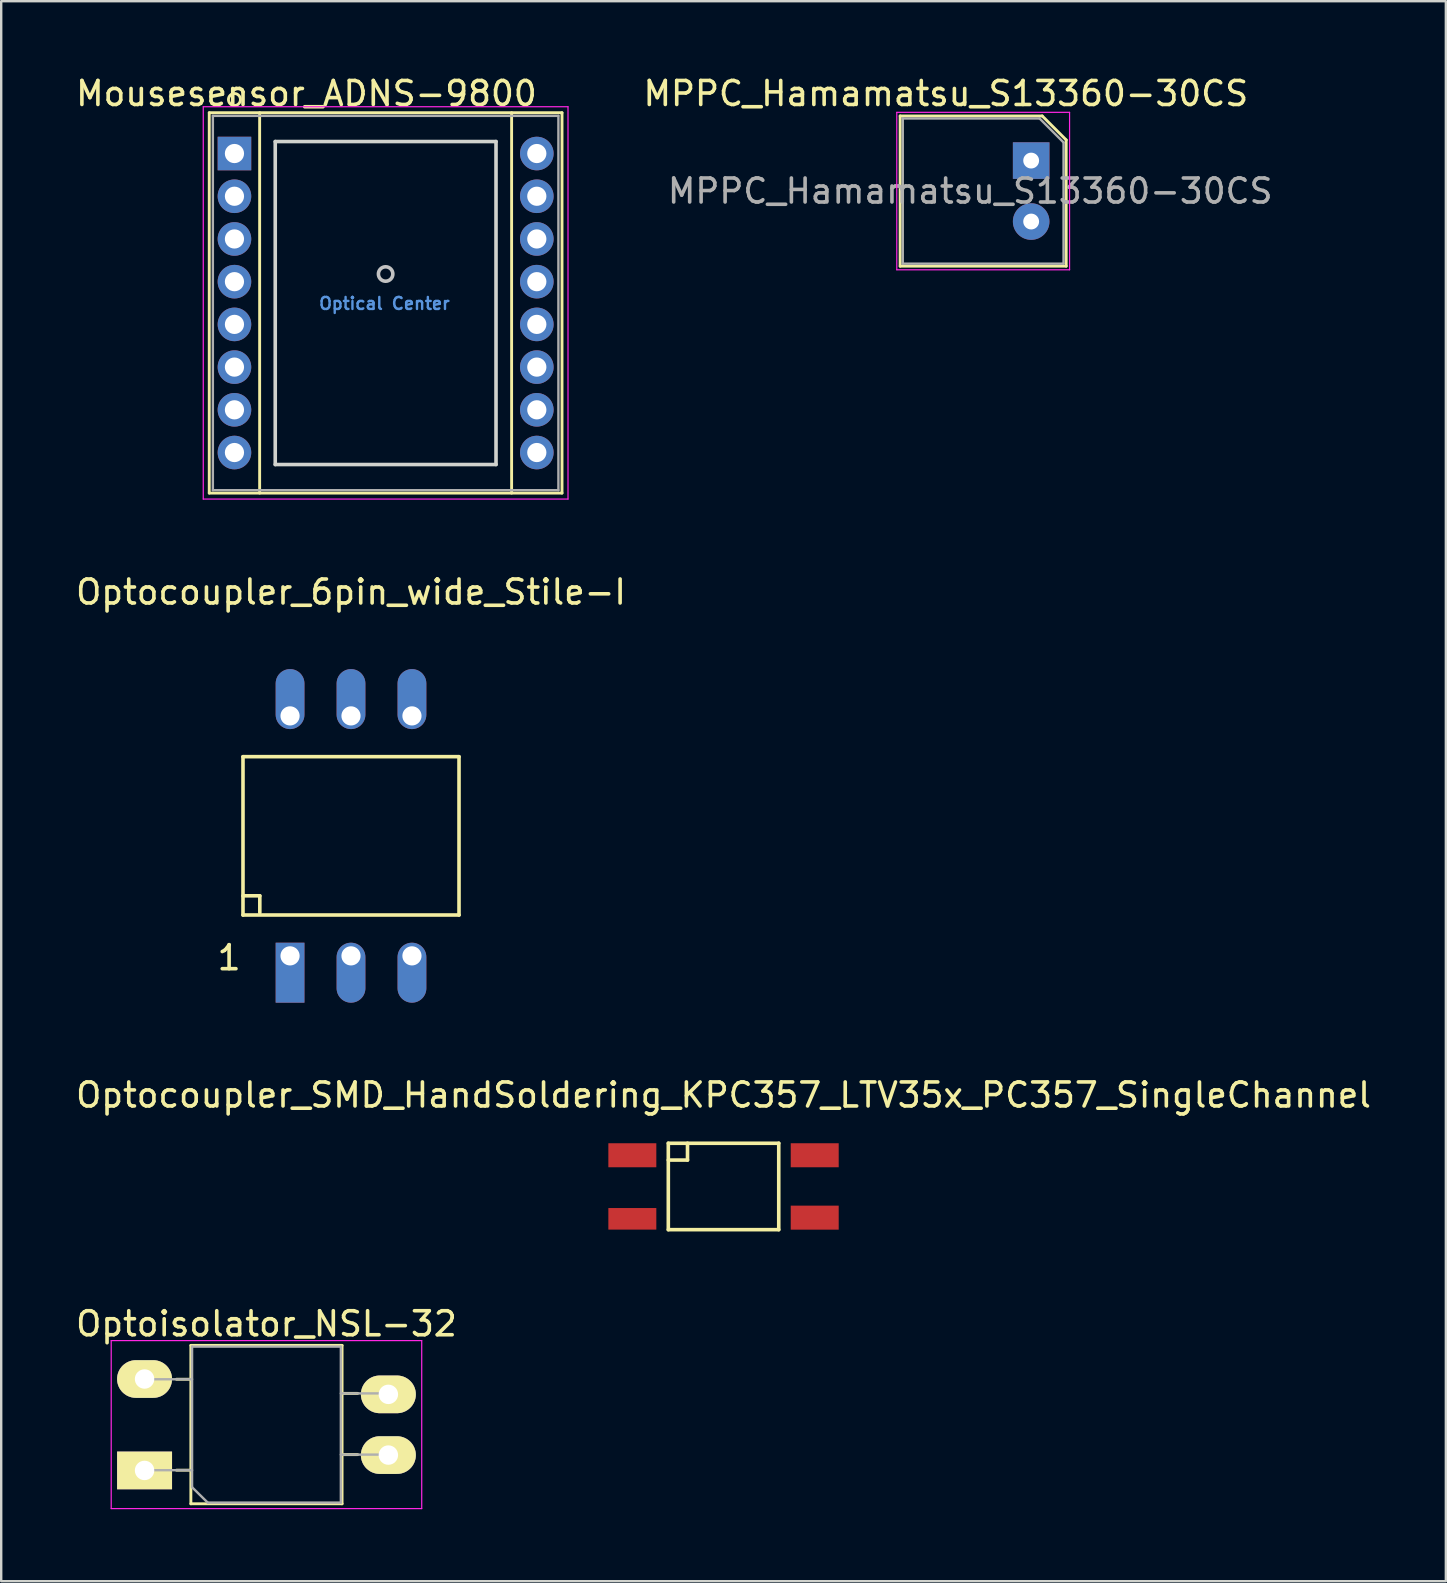
<source format=kicad_pcb>
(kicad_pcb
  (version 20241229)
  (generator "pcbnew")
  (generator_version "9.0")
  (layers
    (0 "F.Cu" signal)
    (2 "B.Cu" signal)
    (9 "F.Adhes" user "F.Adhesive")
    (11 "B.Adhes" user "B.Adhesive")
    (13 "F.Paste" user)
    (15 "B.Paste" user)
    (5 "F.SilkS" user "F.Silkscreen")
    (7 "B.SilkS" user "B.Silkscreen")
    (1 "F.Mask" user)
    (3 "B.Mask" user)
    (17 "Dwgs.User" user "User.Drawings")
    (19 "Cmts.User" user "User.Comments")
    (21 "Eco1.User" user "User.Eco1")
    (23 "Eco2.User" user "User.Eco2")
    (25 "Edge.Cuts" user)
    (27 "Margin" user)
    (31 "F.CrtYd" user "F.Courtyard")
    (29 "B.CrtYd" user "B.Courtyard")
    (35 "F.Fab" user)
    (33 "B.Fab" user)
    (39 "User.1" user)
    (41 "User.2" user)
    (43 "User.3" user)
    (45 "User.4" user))
  (footprint "Optocoupler_6pin_wide_Stile-I"
    (layer "F.Cu")
    (at 11.577 31.782)
    (property "Reference" "Optocoupler_6pin_wide_Stile-I" (at 0 -10.16 0) (layer "F.SilkS") (effects (font (size 1 1) (thickness 0.15))))
    (attr through_hole)
    (fp_line (start -4.501 -3.299) (end 4.501 -3.299) (stroke (width 0.15) (type solid)) (layer "F.SilkS"))
    (fp_line (start -4.501 2.499) (end -3.8 2.499) (stroke (width 0.15) (type solid)) (layer "F.SilkS"))
    (fp_line (start -4.501 3.299) (end -4.501 -3.299) (stroke (width 0.15) (type solid)) (layer "F.SilkS"))
    (fp_line (start -3.8 2.499) (end -3.8 3.2) (stroke (width 0.15) (type solid)) (layer "F.SilkS"))
    (fp_line (start 4.501 -3.299) (end 4.501 3.299) (stroke (width 0.15) (type solid)) (layer "F.SilkS"))
    (fp_line (start 4.501 3.299) (end -4.501 3.299) (stroke (width 0.15) (type solid)) (layer "F.SilkS"))
    (fp_text user "1" (at -5.08 5.08 0) (layer "F.SilkS") (effects (font (size 1 1) (thickness 0.15))))
    (pad "1" thru_hole rect (at -2.54 5.001) (size 1.199 2.499) (drill 0.8 (offset 0 0.701)) (layers "*.Cu" "*.Mask"))
    (pad "2" thru_hole oval (at 0 5.001) (size 1.199 2.499) (drill 0.8 (offset 0 0.701)) (layers "*.Cu" "*.Mask"))
    (pad "3" thru_hole oval (at 2.54 5.001) (size 1.199 2.499) (drill 0.8 (offset 0 0.701)) (layers "*.Cu" "*.Mask"))
    (pad "4" thru_hole oval (at 2.54 -4.999) (size 1.199 2.499) (drill 0.8 (offset 0 -0.701)) (layers "*.Cu" "*.Mask"))
    (pad "5" thru_hole oval (at 0 -4.999) (size 1.199 2.499) (drill 0.8 (offset 0 -0.701)) (layers "*.Cu" "*.Mask"))
    (pad "6" thru_hole oval (at -2.54 -4.999) (size 1.199 2.499) (drill 0.8 (offset 0 -0.701)) (layers "*.Cu" "*.Mask")))
  (footprint "Optoisolator_NSL-32"
    (layer "F.Cu")
    (at 2.974 58.226)
    (property "Reference" "Optoisolator_NSL-32" (at 5.08 -6.11 180) (layer "F.SilkS") (effects (font (size 1 1) (thickness 0.15))))
    (attr through_hole)
    (fp_line (start 1.33 -3.8) (end 1.93 -3.8) (stroke (width 0.12) (type solid)) (layer "F.SilkS"))
    (fp_line (start 1.93 -5.21) (end 8.23 -5.21) (stroke (width 0.12) (type solid)) (layer "F.SilkS"))
    (fp_line (start 1.93 -0.01) (end 1.33 -0.01) (stroke (width 0.12) (type solid)) (layer "F.SilkS"))
    (fp_line (start 1.93 1.39) (end 1.93 -5.21) (stroke (width 0.12) (type solid)) (layer "F.SilkS"))
    (fp_line (start 8.23 -5.21) (end 8.23 1.39) (stroke (width 0.12) (type solid)) (layer "F.SilkS"))
    (fp_line (start 8.23 -3.21) (end 8.88 -3.21) (stroke (width 0.12) (type solid)) (layer "F.SilkS"))
    (fp_line (start 8.23 1.39) (end 1.93 1.39) (stroke (width 0.12) (type solid)) (layer "F.SilkS"))
    (fp_line (start 8.88 -0.66) (end 8.23 -0.66) (stroke (width 0.12) (type solid)) (layer "F.SilkS"))
    (fp_line (start -1.39 -5.41) (end -1.39 1.59) (stroke (width 0.05) (type solid)) (layer "F.CrtYd"))
    (fp_line (start -1.39 -5.41) (end 11.55 -5.41) (stroke (width 0.05) (type solid)) (layer "F.CrtYd"))
    (fp_line (start 11.55 1.59) (end -1.39 1.59) (stroke (width 0.05) (type solid)) (layer "F.CrtYd"))
    (fp_line (start 11.55 1.59) (end 11.55 -5.41) (stroke (width 0.05) (type solid)) (layer "F.CrtYd"))
    (fp_line (start -0.02 -0.01) (end 1.98 -0.01) (stroke (width 0.1) (type solid)) (layer "F.Fab"))
    (fp_line (start 0.03 -3.8) (end 1.98 -3.8) (stroke (width 0.1) (type solid)) (layer "F.Fab"))
    (fp_line (start 1.98 -5.16) (end 8.18 -5.16) (stroke (width 0.1) (type solid)) (layer "F.Fab"))
    (fp_line (start 1.98 0.7) (end 1.98 -5.16) (stroke (width 0.1) (type solid)) (layer "F.Fab"))
    (fp_line (start 2.63 1.34) (end 1.98 0.7) (stroke (width 0.1) (type solid)) (layer "F.Fab"))
    (fp_line (start 8.18 -5.16) (end 8.18 1.34) (stroke (width 0.1) (type solid)) (layer "F.Fab"))
    (fp_line (start 8.18 -0.66) (end 10.18 -0.66) (stroke (width 0.1) (type solid)) (layer "F.Fab"))
    (fp_line (start 8.18 1.34) (end 2.63 1.34) (stroke (width 0.1) (type solid)) (layer "F.Fab"))
    (fp_line (start 10.18 -3.21) (end 8.18 -3.21) (stroke (width 0.1) (type solid)) (layer "F.Fab"))
    (pad "1" thru_hole rect (at 0 0) (size 2.29 1.57) (drill 0.81) (layers "*.Cu" "*.Mask" "F.SilkS"))
    (pad "2" thru_hole oval (at 0 -3.81) (size 2.29 1.57) (drill 0.81) (layers "*.Cu" "*.Mask" "F.SilkS"))
    (pad "3" thru_hole oval (at 10.16 -3.17) (size 2.29 1.57) (drill 0.81) (layers "*.Cu" "*.Mask" "F.SilkS"))
    (pad "4" thru_hole oval (at 10.16 -0.64) (size 2.29 1.57) (drill 0.81) (layers "*.Cu" "*.Mask" "F.SilkS")))
  (footprint "Optocoupler_SMD_HandSoldering_KPC357_LTV35x_PC357_SingleChannel"
    (layer "F.Cu")
    (at 27.101 46.392)
    (property "Reference" "Optocoupler_SMD_HandSoldering_KPC357_LTV35x_PC357_SingleChannel" (at 0 -3.81 0) (layer "F.SilkS") (effects (font (size 1 1) (thickness 0.15))))
    (attr through_hole)
    (fp_line (start -2.301 -1.801) (end -2.301 1.801) (stroke (width 0.15) (type solid)) (layer "F.SilkS"))
    (fp_line (start -2.301 1.801) (end 2.301 1.801) (stroke (width 0.15) (type solid)) (layer "F.SilkS"))
    (fp_line (start -1.501 -1.801) (end -1.501 -1.1) (stroke (width 0.15) (type solid)) (layer "F.SilkS"))
    (fp_line (start -1.501 -1.1) (end -2.301 -1.1) (stroke (width 0.15) (type solid)) (layer "F.SilkS"))
    (fp_line (start 2.301 -1.801) (end -2.301 -1.801) (stroke (width 0.15) (type solid)) (layer "F.SilkS"))
    (fp_line (start 2.301 1.801) (end 2.301 -1.801) (stroke (width 0.15) (type solid)) (layer "F.SilkS"))
    (pad "1" smd rect (at -3.8 -1.3) (size 1.999 1.001) (layers "F.Cu" "F.Mask" "F.Paste"))
    (pad "2" smd rect (at -3.8 1.349) (size 1.999 0.899) (layers "F.Cu" "F.Mask" "F.Paste"))
    (pad "3" smd rect (at 3.8 1.3) (size 1.999 1.001) (layers "F.Cu" "F.Mask" "F.Paste"))
    (pad "4" smd rect (at 3.8 -1.3) (size 1.999 1.001) (layers "F.Cu" "F.Mask" "F.Paste")))
  (footprint "MPPC_Hamamatsu_S13360-30CS"
    (layer "F.Cu")
    (at 39.921 3.642)
    (property "Reference" "MPPC_Hamamatsu_S13360-30CS" (at -3.556 -2.794 0) (layer "F.SilkS") (effects (font (size 1 1) (thickness 0.15))))
    (attr through_hole)
    (fp_line (start -5.46 -1.86) (end 0.46 -1.86) (stroke (width 0.12) (type solid)) (layer "F.SilkS"))
    (fp_line (start -5.46 4.4) (end -5.46 -1.86) (stroke (width 0.12) (type solid)) (layer "F.SilkS"))
    (fp_line (start 0.46 -1.86) (end 1.46 -0.86) (stroke (width 0.12) (type solid)) (layer "F.SilkS"))
    (fp_line (start 1.46 -0.86) (end 1.46 4.4) (stroke (width 0.12) (type solid)) (layer "F.SilkS"))
    (fp_line (start 1.46 4.4) (end -5.46 4.4) (stroke (width 0.12) (type solid)) (layer "F.SilkS"))
    (fp_line (start -5.6 -2.01) (end -5.6 4.55) (stroke (width 0.05) (type solid)) (layer "F.CrtYd"))
    (fp_line (start -5.6 -2.01) (end 1.6 -2.01) (stroke (width 0.05) (type solid)) (layer "F.CrtYd"))
    (fp_line (start 1.6 4.55) (end -5.6 4.55) (stroke (width 0.05) (type solid)) (layer "F.CrtYd"))
    (fp_line (start 1.6 4.55) (end 1.6 -2.01) (stroke (width 0.05) (type solid)) (layer "F.CrtYd"))
    (fp_line (start -5.35 -1.755) (end 0.35 -1.755) (stroke (width 0.1) (type solid)) (layer "F.Fab"))
    (fp_line (start -5.35 4.295) (end -5.35 -1.755) (stroke (width 0.1) (type solid)) (layer "F.Fab"))
    (fp_line (start 0.35 -1.755) (end 1.35 -0.755) (stroke (width 0.1) (type solid)) (layer "F.Fab"))
    (fp_line (start 1.35 -0.755) (end 1.35 4.295) (stroke (width 0.1) (type solid)) (layer "F.Fab"))
    (fp_line (start 1.35 4.295) (end -5.35 4.295) (stroke (width 0.1) (type solid)) (layer "F.Fab"))
    (fp_text user "${REFERENCE}" (at -2.54 1.27 0) (layer "F.Fab") (effects (font (size 1 1) (thickness 0.15))))
    (pad "1" thru_hole rect (at 0 0) (size 1.524 1.524) (drill 0.66) (layers "*.Cu" "*.Mask"))
    (pad "2" thru_hole circle (at 0 2.54) (size 1.524 1.524) (drill 0.66) (layers "*.Cu" "*.Mask")))
  (footprint "Mousesensor_ADNS-9800"
    (layer "F.Cu")
    (at 6.72 3.348)
    (property "Reference" "Mousesensor_ADNS-9800" (at 3 -2.5 180) (layer "F.SilkS") (effects (font (size 1 1) (thickness 0.15))))
    (attr through_hole)
    (fp_line (start -1.05 -1.7) (end 13.65 -1.7) (stroke (width 0.12) (type solid)) (layer "F.SilkS"))
    (fp_line (start -1.05 14.15) (end -1.05 -1.7) (stroke (width 0.12) (type solid)) (layer "F.SilkS"))
    (fp_line (start 1.05 -1.7) (end 1.05 14.15) (stroke (width 0.12) (type solid)) (layer "F.SilkS"))
    (fp_line (start 11.55 -1.7) (end 11.55 14.15) (stroke (width 0.12) (type solid)) (layer "F.SilkS"))
    (fp_line (start 13.65 -1.7) (end 13.65 14.15) (stroke (width 0.12) (type solid)) (layer "F.SilkS"))
    (fp_line (start 13.65 14.15) (end -1.05 14.15) (stroke (width 0.12) (type solid)) (layer "F.SilkS"))
    (fp_circle (center 0 -2.25) (end 0 -2) (stroke (width 0.12) (type solid)) (fill no) (layer "F.SilkS"))
    (fp_circle (center 6.3 5.02) (end 6 5) (stroke (width 0.15) (type solid)) (fill no) (layer "Dwgs.User"))
    (fp_line (start 1.7 -0.5) (end 10.9 -0.5) (stroke (width 0.15) (type solid)) (layer "Edge.Cuts"))
    (fp_line (start 1.7 12.96) (end 1.7 -0.5) (stroke (width 0.15) (type solid)) (layer "Edge.Cuts"))
    (fp_line (start 10.9 -0.5) (end 10.9 12.96) (stroke (width 0.15) (type solid)) (layer "Edge.Cuts"))
    (fp_line (start 10.9 12.96) (end 1.7 12.96) (stroke (width 0.15) (type solid)) (layer "Edge.Cuts"))
    (fp_line (start -1.3 -1.95) (end 13.9 -1.95) (stroke (width 0.05) (type solid)) (layer "F.CrtYd"))
    (fp_line (start -1.3 14.4) (end -1.3 -1.95) (stroke (width 0.05) (type solid)) (layer "F.CrtYd"))
    (fp_line (start 13.9 -1.95) (end 13.9 14.4) (stroke (width 0.05) (type solid)) (layer "F.CrtYd"))
    (fp_line (start 13.9 14.4) (end -1.3 14.4) (stroke (width 0.05) (type solid)) (layer "F.CrtYd"))
    (fp_line (start -0.9 -1.57) (end 13.5 -1.57) (stroke (width 0.1) (type solid)) (layer "F.Fab"))
    (fp_line (start -0.9 14.03) (end -0.9 -1.57) (stroke (width 0.1) (type solid)) (layer "F.Fab"))
    (fp_line (start 13.5 -1.57) (end 13.5 14.03) (stroke (width 0.1) (type solid)) (layer "F.Fab"))
    (fp_line (start 13.5 14.03) (end -0.9 14.03) (stroke (width 0.1) (type solid)) (layer "F.Fab"))
    (fp_text user "Optical Center" (at 6.25 6.25 180) (layer "Cmts.User") (effects (font (size 0.5 0.5) (thickness 0.1))))
    (pad "1" thru_hole rect (at 0 0) (size 1.4 1.4) (drill 0.8) (layers "*.Cu" "*.Mask"))
    (pad "2" thru_hole circle (at 0 1.78) (size 1.4 1.4) (drill 0.8) (layers "*.Cu" "*.Mask"))
    (pad "3" thru_hole circle (at 0 3.56) (size 1.4 1.4) (drill 0.8) (layers "*.Cu" "*.Mask"))
    (pad "4" thru_hole circle (at 0 5.34) (size 1.4 1.4) (drill 0.8) (layers "*.Cu" "*.Mask"))
    (pad "5" thru_hole circle (at 0 7.12) (size 1.4 1.4) (drill 0.8) (layers "*.Cu" "*.Mask"))
    (pad "6" thru_hole circle (at 0 8.9) (size 1.4 1.4) (drill 0.8) (layers "*.Cu" "*.Mask"))
    (pad "7" thru_hole circle (at 0 10.68) (size 1.4 1.4) (drill 0.8) (layers "*.Cu" "*.Mask"))
    (pad "8" thru_hole circle (at 0 12.46) (size 1.4 1.4) (drill 0.8) (layers "*.Cu" "*.Mask"))
    (pad "9" thru_hole circle (at 12.6 12.46) (size 1.4 1.4) (drill 0.8) (layers "*.Cu" "*.Mask"))
    (pad "10" thru_hole circle (at 12.6 10.68) (size 1.4 1.4) (drill 0.8) (layers "*.Cu" "*.Mask"))
    (pad "11" thru_hole circle (at 12.6 8.9) (size 1.4 1.4) (drill 0.8) (layers "*.Cu" "*.Mask"))
    (pad "12" thru_hole circle (at 12.6 7.12) (size 1.4 1.4) (drill 0.8) (layers "*.Cu" "*.Mask"))
    (pad "13" thru_hole circle (at 12.6 5.34) (size 1.4 1.4) (drill 0.8) (layers "*.Cu" "*.Mask"))
    (pad "14" thru_hole circle (at 12.6 3.56) (size 1.4 1.4) (drill 0.8) (layers "*.Cu" "*.Mask"))
    (pad "15" thru_hole circle (at 12.6 1.78) (size 1.4 1.4) (drill 0.8) (layers "*.Cu" "*.Mask"))
    (pad "16" thru_hole circle (at 12.6 0) (size 1.4 1.4) (drill 0.8) (layers "*.Cu" "*.Mask")))
  (gr_rect
    (start -3 -3)
    (end 57.202 62.841)
    (stroke (width 0.1) (type default))
    (fill no)
    (layer "Edge.Cuts")))
</source>
